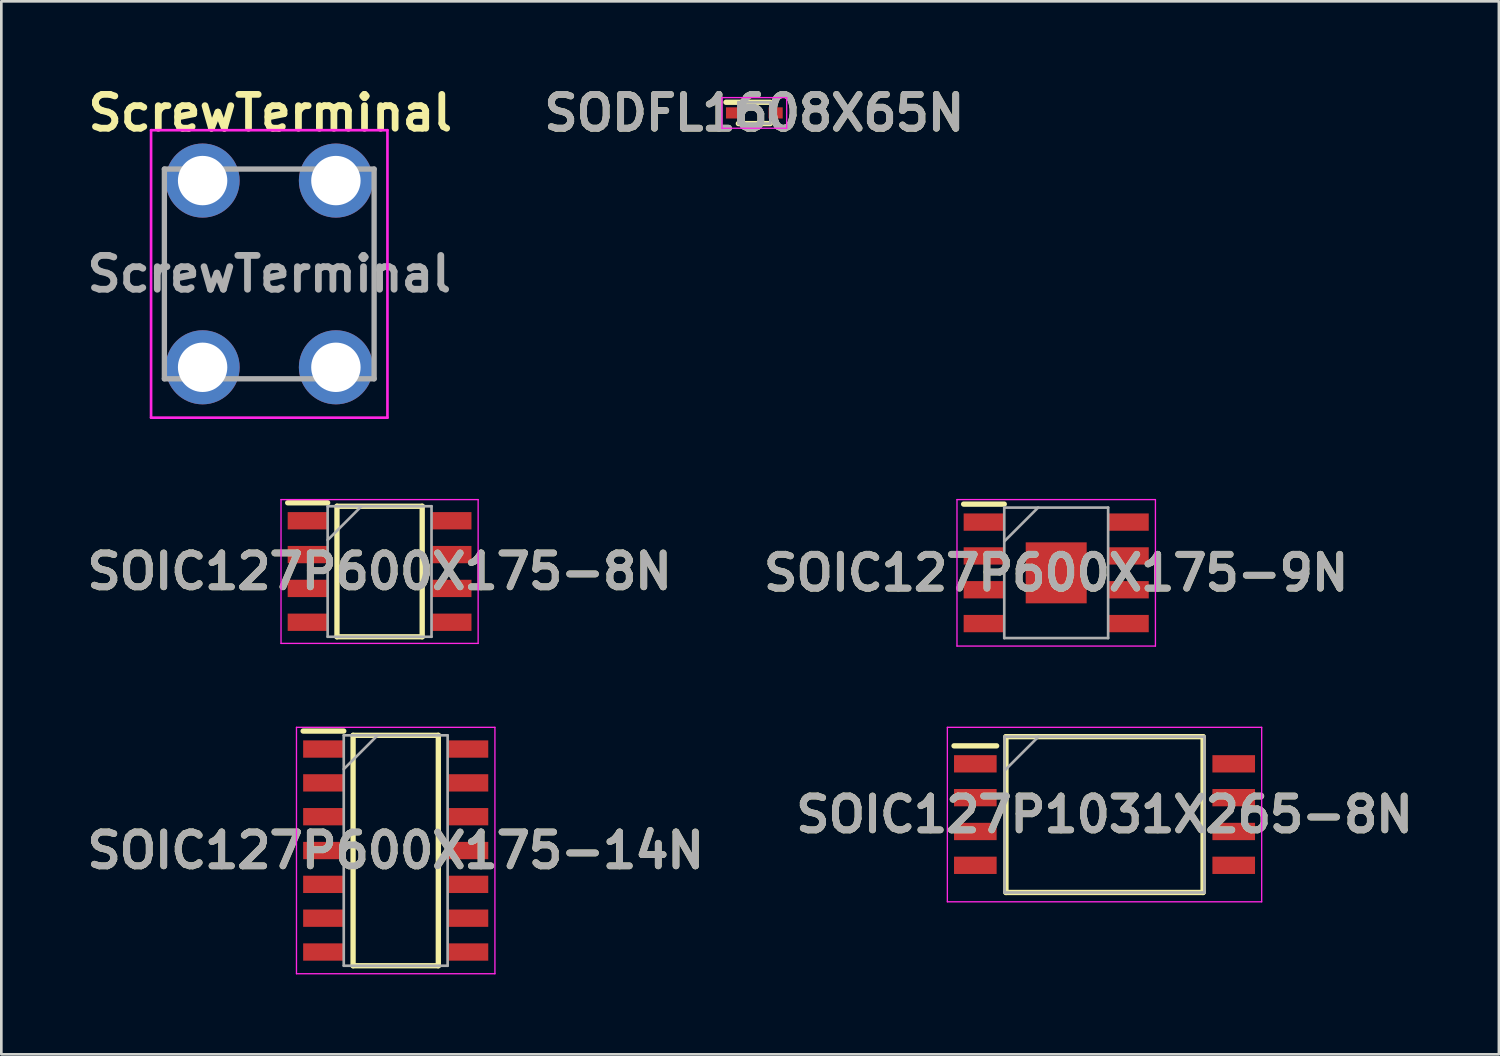
<source format=kicad_pcb>
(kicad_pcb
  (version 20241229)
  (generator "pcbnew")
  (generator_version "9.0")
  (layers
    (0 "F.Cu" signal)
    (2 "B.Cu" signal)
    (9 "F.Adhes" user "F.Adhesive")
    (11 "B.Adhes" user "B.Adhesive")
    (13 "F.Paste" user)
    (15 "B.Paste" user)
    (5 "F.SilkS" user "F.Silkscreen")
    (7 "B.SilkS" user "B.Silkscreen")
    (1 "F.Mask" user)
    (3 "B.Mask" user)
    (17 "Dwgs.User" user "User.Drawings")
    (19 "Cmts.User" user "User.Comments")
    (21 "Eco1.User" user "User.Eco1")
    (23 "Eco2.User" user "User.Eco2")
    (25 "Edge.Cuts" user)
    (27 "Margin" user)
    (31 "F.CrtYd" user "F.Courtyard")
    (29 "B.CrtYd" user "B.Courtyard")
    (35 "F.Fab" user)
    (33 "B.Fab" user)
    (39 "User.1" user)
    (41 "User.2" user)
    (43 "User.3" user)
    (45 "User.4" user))
  (footprint "SOIC127P600X175-8N"
    (layer "F.Cu")
    (at 11.2 18.405)
    (property "Reference" "SOIC127P600X175-8N" (at 0 0 0) (layer "F.SilkS") (effects (font (size 1.27 1.27) (thickness 0.254))))
    (attr smd)
    (fp_line (start -3.45 -2.58) (end -1.95 -2.58) (stroke (width 0.2) (type solid)) (layer "F.SilkS"))
    (fp_line (start -1.6 -2.45) (end 1.6 -2.45) (stroke (width 0.2) (type solid)) (layer "F.SilkS"))
    (fp_line (start -1.6 2.45) (end -1.6 -2.45) (stroke (width 0.2) (type solid)) (layer "F.SilkS"))
    (fp_line (start 1.6 -2.45) (end 1.6 2.45) (stroke (width 0.2) (type solid)) (layer "F.SilkS"))
    (fp_line (start 1.6 2.45) (end -1.6 2.45) (stroke (width 0.2) (type solid)) (layer "F.SilkS"))
    (fp_line (start -3.7 -2.7) (end 3.7 -2.7) (stroke (width 0.05) (type solid)) (layer "F.CrtYd"))
    (fp_line (start -3.7 2.7) (end -3.7 -2.7) (stroke (width 0.05) (type solid)) (layer "F.CrtYd"))
    (fp_line (start 3.7 -2.7) (end 3.7 2.7) (stroke (width 0.05) (type solid)) (layer "F.CrtYd"))
    (fp_line (start 3.7 2.7) (end -3.7 2.7) (stroke (width 0.05) (type solid)) (layer "F.CrtYd"))
    (fp_line (start -1.95 -2.45) (end 1.95 -2.45) (stroke (width 0.1) (type solid)) (layer "F.Fab"))
    (fp_line (start -1.95 -1.18) (end -0.68 -2.45) (stroke (width 0.1) (type solid)) (layer "F.Fab"))
    (fp_line (start -1.95 2.45) (end -1.95 -2.45) (stroke (width 0.1) (type solid)) (layer "F.Fab"))
    (fp_line (start 1.95 -2.45) (end 1.95 2.45) (stroke (width 0.1) (type solid)) (layer "F.Fab"))
    (fp_line (start 1.95 2.45) (end -1.95 2.45) (stroke (width 0.1) (type solid)) (layer "F.Fab"))
    (fp_text user "${REFERENCE}" (at 0 0 0) (layer "F.Fab") (effects (font (size 1.27 1.27) (thickness 0.254))))
    (pad "1" smd rect (at -2.7 -1.905 90) (size 0.65 1.5) (layers "F.Cu" "F.Mask" "F.Paste"))
    (pad "2" smd rect (at -2.7 -0.635 90) (size 0.65 1.5) (layers "F.Cu" "F.Mask" "F.Paste"))
    (pad "3" smd rect (at -2.7 0.635 90) (size 0.65 1.5) (layers "F.Cu" "F.Mask" "F.Paste"))
    (pad "4" smd rect (at -2.7 1.905 90) (size 0.65 1.5) (layers "F.Cu" "F.Mask" "F.Paste"))
    (pad "5" smd rect (at 2.7 1.905 90) (size 0.65 1.5) (layers "F.Cu" "F.Mask" "F.Paste"))
    (pad "6" smd rect (at 2.7 0.635 90) (size 0.65 1.5) (layers "F.Cu" "F.Mask" "F.Paste"))
    (pad "7" smd rect (at 2.7 -0.635 90) (size 0.65 1.5) (layers "F.Cu" "F.Mask" "F.Paste"))
    (pad "8" smd rect (at 2.7 -1.905 90) (size 0.65 1.5) (layers "F.Cu" "F.Mask" "F.Paste")))
  (footprint "ScrewTerminal"
    (layer "F.Cu")
    (at 4.556 3.729)
    (property "Reference" "ScrewTerminal" (at 2.54 -2.54 0) (layer "F.SilkS") (effects (font (size 1.27 1.27) (thickness 0.254))))
    (attr through_hole)
    (fp_line (start -1.435 1.505) (end -1.435 5.505) (stroke (width 0.1) (type solid)) (layer "F.SilkS"))
    (fp_line (start 2.002 -0.432) (end 3.002 -0.432) (stroke (width 0.1) (type solid)) (layer "F.SilkS"))
    (fp_line (start 2.002 7.442) (end 3.002 7.442) (stroke (width 0.1) (type solid)) (layer "F.SilkS"))
    (fp_line (start 6.439 1.505) (end 6.439 5.505) (stroke (width 0.1) (type solid)) (layer "F.SilkS"))
    (fp_line (start -1.935 -1.891) (end 6.939 -1.891) (stroke (width 0.1) (type solid)) (layer "F.CrtYd"))
    (fp_line (start -1.935 8.901) (end -1.935 -1.891) (stroke (width 0.1) (type solid)) (layer "F.CrtYd"))
    (fp_line (start 6.939 -1.891) (end 6.939 8.901) (stroke (width 0.1) (type solid)) (layer "F.CrtYd"))
    (fp_line (start 6.939 8.901) (end -1.935 8.901) (stroke (width 0.1) (type solid)) (layer "F.CrtYd"))
    (fp_line (start -1.435 -0.432) (end 6.439 -0.432) (stroke (width 0.2) (type solid)) (layer "F.Fab"))
    (fp_line (start -1.435 7.442) (end -1.435 -0.432) (stroke (width 0.2) (type solid)) (layer "F.Fab"))
    (fp_line (start 6.439 -0.432) (end 6.439 7.442) (stroke (width 0.2) (type solid)) (layer "F.Fab"))
    (fp_line (start 6.439 7.442) (end -1.435 7.442) (stroke (width 0.2) (type solid)) (layer "F.Fab"))
    (fp_text user "${REFERENCE}" (at 2.502 3.505 0) (layer "F.Fab") (effects (font (size 1.27 1.27) (thickness 0.254))))
    (pad "1" thru_hole circle (at 0 0) (size 2.781 2.781) (drill 1.854) (layers "*.Cu" "*.Mask"))
    (pad "2" thru_hole circle (at 5.004 0) (size 2.781 2.781) (drill 1.854) (layers "*.Cu" "*.Mask"))
    (pad "3" thru_hole circle (at 0 7.01) (size 2.781 2.781) (drill 1.854) (layers "*.Cu" "*.Mask"))
    (pad "4" thru_hole circle (at 5.004 7.01) (size 2.781 2.781) (drill 1.854) (layers "*.Cu" "*.Mask")))
  (footprint "SOIC127P600X175-9N"
    (layer "F.Cu")
    (at 36.601 18.455)
    (property "Reference" "SOIC127P600X175-9N" (at 0 0 0) (layer "F.SilkS") (effects (font (size 1.27 1.27) (thickness 0.254))))
    (attr smd)
    (fp_line (start -3.475 -2.58) (end -1.95 -2.58) (stroke (width 0.2) (type solid)) (layer "F.SilkS"))
    (fp_line (start -3.725 -2.75) (end 3.725 -2.75) (stroke (width 0.05) (type solid)) (layer "F.CrtYd"))
    (fp_line (start -3.725 2.75) (end -3.725 -2.75) (stroke (width 0.05) (type solid)) (layer "F.CrtYd"))
    (fp_line (start 3.725 -2.75) (end 3.725 2.75) (stroke (width 0.05) (type solid)) (layer "F.CrtYd"))
    (fp_line (start 3.725 2.75) (end -3.725 2.75) (stroke (width 0.05) (type solid)) (layer "F.CrtYd"))
    (fp_line (start -1.95 -2.45) (end 1.95 -2.45) (stroke (width 0.1) (type solid)) (layer "F.Fab"))
    (fp_line (start -1.95 -1.18) (end -0.68 -2.45) (stroke (width 0.1) (type solid)) (layer "F.Fab"))
    (fp_line (start -1.95 2.45) (end -1.95 -2.45) (stroke (width 0.1) (type solid)) (layer "F.Fab"))
    (fp_line (start 1.95 -2.45) (end 1.95 2.45) (stroke (width 0.1) (type solid)) (layer "F.Fab"))
    (fp_line (start 1.95 2.45) (end -1.95 2.45) (stroke (width 0.1) (type solid)) (layer "F.Fab"))
    (fp_text user "${REFERENCE}" (at 0 0 0) (layer "F.Fab") (effects (font (size 1.27 1.27) (thickness 0.254))))
    (pad "1" smd rect (at -2.712 -1.905 90) (size 0.65 1.525) (layers "F.Cu" "F.Mask" "F.Paste"))
    (pad "2" smd rect (at -2.712 -0.635 90) (size 0.65 1.525) (layers "F.Cu" "F.Mask" "F.Paste"))
    (pad "3" smd rect (at -2.712 0.635 90) (size 0.65 1.525) (layers "F.Cu" "F.Mask" "F.Paste"))
    (pad "4" smd rect (at -2.712 1.905 90) (size 0.65 1.525) (layers "F.Cu" "F.Mask" "F.Paste"))
    (pad "5" smd rect (at 2.712 1.905 90) (size 0.65 1.525) (layers "F.Cu" "F.Mask" "F.Paste"))
    (pad "6" smd rect (at 2.712 0.635 90) (size 0.65 1.525) (layers "F.Cu" "F.Mask" "F.Paste"))
    (pad "7" smd rect (at 2.712 -0.635 90) (size 0.65 1.525) (layers "F.Cu" "F.Mask" "F.Paste"))
    (pad "8" smd rect (at 2.712 -1.905 90) (size 0.65 1.525) (layers "F.Cu" "F.Mask" "F.Paste"))
    (pad "9" smd rect (at 0 0) (size 2.29 2.29) (layers "F.Cu" "F.Mask" "F.Paste")))
  (footprint "SOIC127P600X175-14N"
    (layer "F.Cu")
    (at 11.805 28.88)
    (property "Reference" "SOIC127P600X175-14N" (at 0 0 0) (layer "F.SilkS") (effects (font (size 1.27 1.27) (thickness 0.254))))
    (attr smd)
    (fp_line (start -3.475 -4.485) (end -1.95 -4.485) (stroke (width 0.2) (type solid)) (layer "F.SilkS"))
    (fp_line (start -1.6 -4.325) (end 1.6 -4.325) (stroke (width 0.2) (type solid)) (layer "F.SilkS"))
    (fp_line (start -1.6 4.325) (end -1.6 -4.325) (stroke (width 0.2) (type solid)) (layer "F.SilkS"))
    (fp_line (start 1.6 -4.325) (end 1.6 4.325) (stroke (width 0.2) (type solid)) (layer "F.SilkS"))
    (fp_line (start 1.6 4.325) (end -1.6 4.325) (stroke (width 0.2) (type solid)) (layer "F.SilkS"))
    (fp_line (start -3.725 -4.625) (end 3.725 -4.625) (stroke (width 0.05) (type solid)) (layer "F.CrtYd"))
    (fp_line (start -3.725 4.625) (end -3.725 -4.625) (stroke (width 0.05) (type solid)) (layer "F.CrtYd"))
    (fp_line (start 3.725 -4.625) (end 3.725 4.625) (stroke (width 0.05) (type solid)) (layer "F.CrtYd"))
    (fp_line (start 3.725 4.625) (end -3.725 4.625) (stroke (width 0.05) (type solid)) (layer "F.CrtYd"))
    (fp_line (start -1.95 -4.325) (end 1.95 -4.325) (stroke (width 0.1) (type solid)) (layer "F.Fab"))
    (fp_line (start -1.95 -3.055) (end -0.68 -4.325) (stroke (width 0.1) (type solid)) (layer "F.Fab"))
    (fp_line (start -1.95 4.325) (end -1.95 -4.325) (stroke (width 0.1) (type solid)) (layer "F.Fab"))
    (fp_line (start 1.95 -4.325) (end 1.95 4.325) (stroke (width 0.1) (type solid)) (layer "F.Fab"))
    (fp_line (start 1.95 4.325) (end -1.95 4.325) (stroke (width 0.1) (type solid)) (layer "F.Fab"))
    (fp_text user "${REFERENCE}" (at 0 0 0) (layer "F.Fab") (effects (font (size 1.27 1.27) (thickness 0.254))))
    (pad "1" smd rect (at -2.712 -3.81 90) (size 0.65 1.525) (layers "F.Cu" "F.Mask" "F.Paste"))
    (pad "2" smd rect (at -2.712 -2.54 90) (size 0.65 1.525) (layers "F.Cu" "F.Mask" "F.Paste"))
    (pad "3" smd rect (at -2.712 -1.27 90) (size 0.65 1.525) (layers "F.Cu" "F.Mask" "F.Paste"))
    (pad "4" smd rect (at -2.712 0 90) (size 0.65 1.525) (layers "F.Cu" "F.Mask" "F.Paste"))
    (pad "5" smd rect (at -2.712 1.27 90) (size 0.65 1.525) (layers "F.Cu" "F.Mask" "F.Paste"))
    (pad "6" smd rect (at -2.712 2.54 90) (size 0.65 1.525) (layers "F.Cu" "F.Mask" "F.Paste"))
    (pad "7" smd rect (at -2.712 3.81 90) (size 0.65 1.525) (layers "F.Cu" "F.Mask" "F.Paste"))
    (pad "8" smd rect (at 2.712 3.81 90) (size 0.65 1.525) (layers "F.Cu" "F.Mask" "F.Paste"))
    (pad "9" smd rect (at 2.712 2.54 90) (size 0.65 1.525) (layers "F.Cu" "F.Mask" "F.Paste"))
    (pad "10" smd rect (at 2.712 1.27 90) (size 0.65 1.525) (layers "F.Cu" "F.Mask" "F.Paste"))
    (pad "11" smd rect (at 2.712 0 90) (size 0.65 1.525) (layers "F.Cu" "F.Mask" "F.Paste"))
    (pad "12" smd rect (at 2.712 -1.27 90) (size 0.65 1.525) (layers "F.Cu" "F.Mask" "F.Paste"))
    (pad "13" smd rect (at 2.712 -2.54 90) (size 0.65 1.525) (layers "F.Cu" "F.Mask" "F.Paste"))
    (pad "14" smd rect (at 2.712 -3.81 90) (size 0.65 1.525) (layers "F.Cu" "F.Mask" "F.Paste")))
  (footprint "SOIC127P1031X265-8N"
    (layer "F.Cu")
    (at 38.415 27.53)
    (property "Reference" "SOIC127P1031X265-8N" (at 0 0 0) (layer "F.SilkS") (effects (font (size 1.27 1.27) (thickness 0.254))))
    (attr smd)
    (fp_line (start -5.65 -2.58) (end -4.05 -2.58) (stroke (width 0.2) (type solid)) (layer "F.SilkS"))
    (fp_line (start -3.7 -2.925) (end 3.7 -2.925) (stroke (width 0.2) (type solid)) (layer "F.SilkS"))
    (fp_line (start -3.7 2.925) (end -3.7 -2.925) (stroke (width 0.2) (type solid)) (layer "F.SilkS"))
    (fp_line (start 3.7 -2.925) (end 3.7 2.925) (stroke (width 0.2) (type solid)) (layer "F.SilkS"))
    (fp_line (start 3.7 2.925) (end -3.7 2.925) (stroke (width 0.2) (type solid)) (layer "F.SilkS"))
    (fp_line (start -5.9 -3.275) (end 5.9 -3.275) (stroke (width 0.05) (type solid)) (layer "F.CrtYd"))
    (fp_line (start -5.9 3.275) (end -5.9 -3.275) (stroke (width 0.05) (type solid)) (layer "F.CrtYd"))
    (fp_line (start 5.9 -3.275) (end 5.9 3.275) (stroke (width 0.05) (type solid)) (layer "F.CrtYd"))
    (fp_line (start 5.9 3.275) (end -5.9 3.275) (stroke (width 0.05) (type solid)) (layer "F.CrtYd"))
    (fp_line (start -3.75 -2.925) (end 3.75 -2.925) (stroke (width 0.1) (type solid)) (layer "F.Fab"))
    (fp_line (start -3.75 -1.655) (end -2.48 -2.925) (stroke (width 0.1) (type solid)) (layer "F.Fab"))
    (fp_line (start -3.75 2.925) (end -3.75 -2.925) (stroke (width 0.1) (type solid)) (layer "F.Fab"))
    (fp_line (start 3.75 -2.925) (end 3.75 2.925) (stroke (width 0.1) (type solid)) (layer "F.Fab"))
    (fp_line (start 3.75 2.925) (end -3.75 2.925) (stroke (width 0.1) (type solid)) (layer "F.Fab"))
    (fp_text user "${REFERENCE}" (at 0 0 0) (layer "F.Fab") (effects (font (size 1.27 1.27) (thickness 0.254))))
    (pad "1" smd rect (at -4.85 -1.905 90) (size 0.65 1.6) (layers "F.Cu" "F.Mask" "F.Paste"))
    (pad "2" smd rect (at -4.85 -0.635 90) (size 0.65 1.6) (layers "F.Cu" "F.Mask" "F.Paste"))
    (pad "3" smd rect (at -4.85 0.635 90) (size 0.65 1.6) (layers "F.Cu" "F.Mask" "F.Paste"))
    (pad "4" smd rect (at -4.85 1.905 90) (size 0.65 1.6) (layers "F.Cu" "F.Mask" "F.Paste"))
    (pad "5" smd rect (at 4.85 1.905 90) (size 0.65 1.6) (layers "F.Cu" "F.Mask" "F.Paste"))
    (pad "6" smd rect (at 4.85 0.635 90) (size 0.65 1.6) (layers "F.Cu" "F.Mask" "F.Paste"))
    (pad "7" smd rect (at 4.85 -0.635 90) (size 0.65 1.6) (layers "F.Cu" "F.Mask" "F.Paste"))
    (pad "8" smd rect (at 4.85 -1.905 90) (size 0.65 1.6) (layers "F.Cu" "F.Mask" "F.Paste")))
  (footprint "SODFL1608X65N"
    (layer "F.Cu")
    (at 25.269 1.189)
    (property "Reference" "SODFL1608X65N" (at 0 0 0) (layer "F.SilkS") (effects (font (size 1.27 1.27) (thickness 0.254))))
    (attr smd)
    (fp_line (start -1.065 -0.4) (end 0.6 -0.4) (stroke (width 0.2) (type solid)) (layer "F.SilkS"))
    (fp_line (start -0.6 0.4) (end 0.6 0.4) (stroke (width 0.2) (type solid)) (layer "F.SilkS"))
    (fp_line (start -1.215 -0.575) (end 1.215 -0.575) (stroke (width 0.05) (type solid)) (layer "F.CrtYd"))
    (fp_line (start -1.215 0.575) (end -1.215 -0.575) (stroke (width 0.05) (type solid)) (layer "F.CrtYd"))
    (fp_line (start 1.215 -0.575) (end 1.215 0.575) (stroke (width 0.05) (type solid)) (layer "F.CrtYd"))
    (fp_line (start 1.215 0.575) (end -1.215 0.575) (stroke (width 0.05) (type solid)) (layer "F.CrtYd"))
    (fp_line (start -0.6 -0.4) (end 0.6 -0.4) (stroke (width 0.1) (type solid)) (layer "F.Fab"))
    (fp_line (start -0.6 -0.135) (end -0.335 -0.4) (stroke (width 0.1) (type solid)) (layer "F.Fab"))
    (fp_line (start -0.6 0.4) (end -0.6 -0.4) (stroke (width 0.1) (type solid)) (layer "F.Fab"))
    (fp_line (start 0.6 -0.4) (end 0.6 0.4) (stroke (width 0.1) (type solid)) (layer "F.Fab"))
    (fp_line (start 0.6 0.4) (end -0.6 0.4) (stroke (width 0.1) (type solid)) (layer "F.Fab"))
    (fp_text user "${REFERENCE}" (at 0 0 0) (layer "F.Fab") (effects (font (size 1.27 1.27) (thickness 0.254))))
    (pad "1" smd rect (at -0.8 0 90) (size 0.42 0.53) (layers "F.Cu" "F.Mask" "F.Paste"))
    (pad "2" smd rect (at 0.8 0 90) (size 0.42 0.53) (layers "F.Cu" "F.Mask" "F.Paste")))
  (gr_rect
    (start -3 -3)
    (end 53.22 36.53)
    (stroke (width 0.1) (type default))
    (fill no)
    (layer "Edge.Cuts")))
</source>
